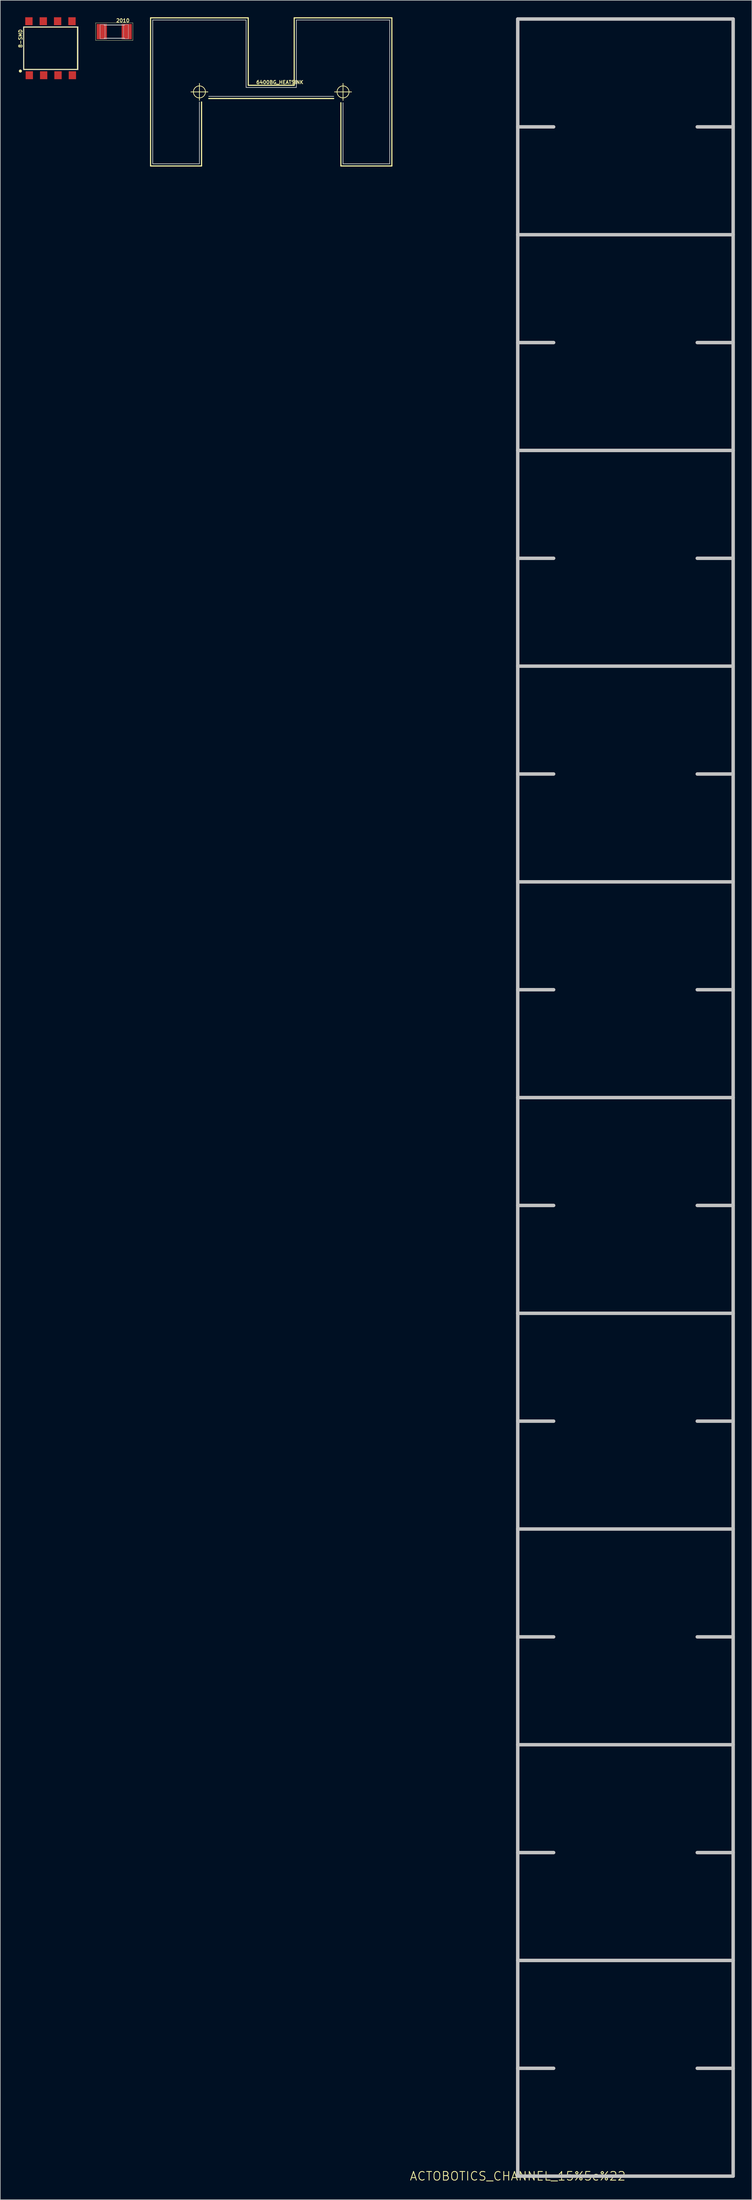
<source format=kicad_pcb>
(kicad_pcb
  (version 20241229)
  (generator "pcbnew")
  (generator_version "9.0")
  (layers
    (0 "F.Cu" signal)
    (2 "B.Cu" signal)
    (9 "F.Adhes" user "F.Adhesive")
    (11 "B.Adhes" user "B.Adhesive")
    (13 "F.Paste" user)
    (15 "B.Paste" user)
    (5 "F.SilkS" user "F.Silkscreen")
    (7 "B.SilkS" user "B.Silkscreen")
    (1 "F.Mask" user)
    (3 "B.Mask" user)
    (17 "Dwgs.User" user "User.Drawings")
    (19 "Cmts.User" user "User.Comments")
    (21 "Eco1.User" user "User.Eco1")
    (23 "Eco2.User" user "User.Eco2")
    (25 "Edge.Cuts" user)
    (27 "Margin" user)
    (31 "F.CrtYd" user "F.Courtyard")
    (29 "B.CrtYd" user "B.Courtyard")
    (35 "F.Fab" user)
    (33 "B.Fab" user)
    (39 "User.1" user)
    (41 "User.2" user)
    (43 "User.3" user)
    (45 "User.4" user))
  (footprint "ACTOBOTICS_CHANNEL_15%5c%22"
    (layer "F.Cu")
    (at 88.513 381.305)
    (property "Reference" "ACTOBOTICS_CHANNEL_15%5c%22" (at 0 0 0) (layer "F.SilkS") (effects (font (size 1.524 1.524) (thickness 0.15))))
    (attr exclude_from_pos_files exclude_from_bom)
    (fp_line (start 0 -381) (end 0 -342.9) (stroke (width 0.61) (type solid)) (layer "Dwgs.User"))
    (fp_line (start 0 -361.95) (end 6.35 -361.95) (stroke (width 0.61) (type solid)) (layer "Dwgs.User"))
    (fp_line (start 0 -342.9) (end 0 -304.8) (stroke (width 0.61) (type solid)) (layer "Dwgs.User"))
    (fp_line (start 0 -342.9) (end 38.1 -342.9) (stroke (width 0.61) (type solid)) (layer "Dwgs.User"))
    (fp_line (start 0 -323.85) (end 6.35 -323.85) (stroke (width 0.61) (type solid)) (layer "Dwgs.User"))
    (fp_line (start 0 -304.8) (end 0 -190.5) (stroke (width 0.61) (type solid)) (layer "Dwgs.User"))
    (fp_line (start 0 -304.8) (end 38.1 -304.8) (stroke (width 0.61) (type solid)) (layer "Dwgs.User"))
    (fp_line (start 0 -285.75) (end 6.35 -285.75) (stroke (width 0.61) (type solid)) (layer "Dwgs.User"))
    (fp_line (start 0 -266.7) (end 38.1 -266.7) (stroke (width 0.61) (type solid)) (layer "Dwgs.User"))
    (fp_line (start 0 -247.65) (end 6.35 -247.65) (stroke (width 0.61) (type solid)) (layer "Dwgs.User"))
    (fp_line (start 0 -228.6) (end 38.1 -228.6) (stroke (width 0.61) (type solid)) (layer "Dwgs.User"))
    (fp_line (start 0 -209.55) (end 6.35 -209.55) (stroke (width 0.61) (type solid)) (layer "Dwgs.User"))
    (fp_line (start 0 -190.5) (end 0 -152.4) (stroke (width 0.61) (type solid)) (layer "Dwgs.User"))
    (fp_line (start 0 -190.5) (end 38.1 -190.5) (stroke (width 0.61) (type solid)) (layer "Dwgs.User"))
    (fp_line (start 0 -171.45) (end 6.35 -171.45) (stroke (width 0.61) (type solid)) (layer "Dwgs.User"))
    (fp_line (start 0 -152.4) (end 0 -114.3) (stroke (width 0.61) (type solid)) (layer "Dwgs.User"))
    (fp_line (start 0 -152.4) (end 38.1 -152.4) (stroke (width 0.61) (type solid)) (layer "Dwgs.User"))
    (fp_line (start 0 -133.35) (end 6.35 -133.35) (stroke (width 0.61) (type solid)) (layer "Dwgs.User"))
    (fp_line (start 0 -114.3) (end 0 -76.2) (stroke (width 0.61) (type solid)) (layer "Dwgs.User"))
    (fp_line (start 0 -114.3) (end 38.1 -114.3) (stroke (width 0.61) (type solid)) (layer "Dwgs.User"))
    (fp_line (start 0 -95.25) (end 6.35 -95.25) (stroke (width 0.61) (type solid)) (layer "Dwgs.User"))
    (fp_line (start 0 -76.2) (end 0 -57.15) (stroke (width 0.61) (type solid)) (layer "Dwgs.User"))
    (fp_line (start 0 -76.2) (end 38.1 -76.2) (stroke (width 0.61) (type solid)) (layer "Dwgs.User"))
    (fp_line (start 0 -57.15) (end 0 -38.1) (stroke (width 0.61) (type solid)) (layer "Dwgs.User"))
    (fp_line (start 0 -57.15) (end 6.35 -57.15) (stroke (width 0.61) (type solid)) (layer "Dwgs.User"))
    (fp_line (start 0 -38.1) (end 0 -19.05) (stroke (width 0.61) (type solid)) (layer "Dwgs.User"))
    (fp_line (start 0 -38.1) (end 38.1 -38.1) (stroke (width 0.61) (type solid)) (layer "Dwgs.User"))
    (fp_line (start 0 -19.05) (end 0 0) (stroke (width 0.61) (type solid)) (layer "Dwgs.User"))
    (fp_line (start 0 -19.05) (end 6.35 -19.05) (stroke (width 0.61) (type solid)) (layer "Dwgs.User"))
    (fp_line (start 0 0) (end 38.1 0) (stroke (width 0.61) (type solid)) (layer "Dwgs.User"))
    (fp_line (start 38.1 -381) (end 0 -381) (stroke (width 0.61) (type solid)) (layer "Dwgs.User"))
    (fp_line (start 38.1 -361.95) (end 31.75 -361.95) (stroke (width 0.61) (type solid)) (layer "Dwgs.User"))
    (fp_line (start 38.1 -342.9) (end 38.1 -381) (stroke (width 0.61) (type solid)) (layer "Dwgs.User"))
    (fp_line (start 38.1 -323.85) (end 31.75 -323.85) (stroke (width 0.61) (type solid)) (layer "Dwgs.User"))
    (fp_line (start 38.1 -304.8) (end 38.1 -342.9) (stroke (width 0.61) (type solid)) (layer "Dwgs.User"))
    (fp_line (start 38.1 -285.75) (end 31.75 -285.75) (stroke (width 0.61) (type solid)) (layer "Dwgs.User"))
    (fp_line (start 38.1 -247.65) (end 31.75 -247.65) (stroke (width 0.61) (type solid)) (layer "Dwgs.User"))
    (fp_line (start 38.1 -209.55) (end 31.75 -209.55) (stroke (width 0.61) (type solid)) (layer "Dwgs.User"))
    (fp_line (start 38.1 -190.5) (end 38.1 -304.8) (stroke (width 0.61) (type solid)) (layer "Dwgs.User"))
    (fp_line (start 38.1 -171.45) (end 31.75 -171.45) (stroke (width 0.61) (type solid)) (layer "Dwgs.User"))
    (fp_line (start 38.1 -152.4) (end 38.1 -190.5) (stroke (width 0.61) (type solid)) (layer "Dwgs.User"))
    (fp_line (start 38.1 -133.35) (end 31.75 -133.35) (stroke (width 0.61) (type solid)) (layer "Dwgs.User"))
    (fp_line (start 38.1 -114.3) (end 38.1 -152.4) (stroke (width 0.61) (type solid)) (layer "Dwgs.User"))
    (fp_line (start 38.1 -95.25) (end 31.75 -95.25) (stroke (width 0.61) (type solid)) (layer "Dwgs.User"))
    (fp_line (start 38.1 -76.2) (end 38.1 -114.3) (stroke (width 0.61) (type solid)) (layer "Dwgs.User"))
    (fp_line (start 38.1 -57.15) (end 31.75 -57.15) (stroke (width 0.61) (type solid)) (layer "Dwgs.User"))
    (fp_line (start 38.1 -57.15) (end 38.1 -76.2) (stroke (width 0.61) (type solid)) (layer "Dwgs.User"))
    (fp_line (start 38.1 -38.1) (end 38.1 -57.15) (stroke (width 0.61) (type solid)) (layer "Dwgs.User"))
    (fp_line (start 38.1 -19.05) (end 31.75 -19.05) (stroke (width 0.61) (type solid)) (layer "Dwgs.User"))
    (fp_line (start 38.1 -19.05) (end 38.1 -38.1) (stroke (width 0.61) (type solid)) (layer "Dwgs.User"))
    (fp_line (start 38.1 0) (end 38.1 -19.05) (stroke (width 0.61) (type solid)) (layer "Dwgs.User")))
  (footprint "8-SMD"
    (layer "F.Cu")
    (at 6.091 5.279)
    (property "Reference" "8-SMD" (at -5.512 -1.524 90) (layer "F.SilkS") (effects (font (size 0.61 0.61) (thickness 0.127))))
    (attr smd)
    (fp_line (start -4.953 -3.556) (end 4.572 -3.556) (stroke (width 0.203) (type solid)) (layer "F.SilkS"))
    (fp_line (start -4.953 3.937) (end -4.953 -3.556) (stroke (width 0.203) (type solid)) (layer "F.SilkS"))
    (fp_line (start 4.572 -3.556) (end 4.572 3.937) (stroke (width 0.203) (type solid)) (layer "F.SilkS"))
    (fp_line (start 4.572 3.937) (end -4.953 3.937) (stroke (width 0.203) (type solid)) (layer "F.SilkS"))
    (fp_circle (center -5.537 4.219) (end -5.728 4.409) (stroke (width 0) (type solid)) (fill yes) (layer "F.SilkS"))
    (fp_line (start -4.999 -3.619) (end 4.679 -3.619) (stroke (width 0.099) (type solid)) (layer "Dwgs.User"))
    (fp_line (start -4.999 3.998) (end -4.999 -3.619) (stroke (width 0.099) (type solid)) (layer "Dwgs.User"))
    (fp_line (start -4.999 3.998) (end 4.689 3.998) (stroke (width 0.099) (type solid)) (layer "Dwgs.User"))
    (fp_line (start 4.679 -3.619) (end 4.679 3.978) (stroke (width 0.099) (type solid)) (layer "Dwgs.User"))
    (pad "1" smd rect (at -3.96 4.958) (size 1.298 1.4) (layers "F.Cu" "F.Mask" "F.Paste"))
    (pad "2" smd rect (at -1.42 4.958) (size 1.298 1.4) (layers "F.Cu" "F.Mask" "F.Paste"))
    (pad "3" smd rect (at 1.118 4.958) (size 1.298 1.4) (layers "F.Cu" "F.Mask" "F.Paste"))
    (pad "4" smd rect (at 3.658 4.958) (size 1.298 1.4) (layers "F.Cu" "F.Mask" "F.Paste"))
    (pad "5" smd rect (at 3.589 -4.58) (size 1.298 1.4) (layers "F.Cu" "F.Mask" "F.Paste"))
    (pad "6" smd rect (at 1.049 -4.58) (size 1.298 1.4) (layers "F.Cu" "F.Mask" "F.Paste"))
    (pad "7" smd rect (at -1.488 -4.58) (size 1.298 1.4) (layers "F.Cu" "F.Mask" "F.Paste"))
    (pad "8" smd rect (at -4.028 -4.58) (size 1.298 1.4) (layers "F.Cu" "F.Mask" "F.Paste")))
  (footprint "6400BG_HEATSINK"
    (layer "F.Cu")
    (at 44.917 13.183)
    (property "Reference" "6400BG_HEATSINK" (at 1.524 -1.702 0) (layer "F.SilkS") (effects (font (size 0.61 0.61) (thickness 0.127))))
    (attr exclude_from_pos_files exclude_from_bom)
    (fp_line (start -21.336 -13.081) (end -4.064 -13.081) (stroke (width 0.203) (type solid)) (layer "F.SilkS"))
    (fp_line (start -21.336 13.081) (end -21.336 -13.081) (stroke (width 0.203) (type solid)) (layer "F.SilkS"))
    (fp_line (start -14.199 0) (end -11.201 0) (stroke (width 0.127) (type solid)) (layer "F.SilkS"))
    (fp_line (start -12.7 1.499) (end -12.7 -1.499) (stroke (width 0.127) (type solid)) (layer "F.SilkS"))
    (fp_line (start -12.319 1.778) (end -12.319 13.081) (stroke (width 0.203) (type solid)) (layer "F.SilkS"))
    (fp_line (start -12.319 13.081) (end -21.336 13.081) (stroke (width 0.203) (type solid)) (layer "F.SilkS"))
    (fp_line (start -11.049 1.168) (end 11.049 1.168) (stroke (width 0.203) (type solid)) (layer "F.SilkS"))
    (fp_line (start -4.064 -13.081) (end -4.064 -1.168) (stroke (width 0.203) (type solid)) (layer "F.SilkS"))
    (fp_line (start -4.064 -1.168) (end 4.064 -1.168) (stroke (width 0.203) (type solid)) (layer "F.SilkS"))
    (fp_line (start 4.064 -13.081) (end 21.336 -13.081) (stroke (width 0.203) (type solid)) (layer "F.SilkS"))
    (fp_line (start 4.064 -1.168) (end 4.064 -13.081) (stroke (width 0.203) (type solid)) (layer "F.SilkS"))
    (fp_line (start 11.201 0) (end 14.199 0) (stroke (width 0.127) (type solid)) (layer "F.SilkS"))
    (fp_line (start 12.319 1.905) (end 12.319 13.081) (stroke (width 0.203) (type solid)) (layer "F.SilkS"))
    (fp_line (start 12.319 13.081) (end 21.336 13.081) (stroke (width 0.203) (type solid)) (layer "F.SilkS"))
    (fp_line (start 12.7 1.499) (end 12.7 -1.499) (stroke (width 0.127) (type solid)) (layer "F.SilkS"))
    (fp_line (start 21.336 13.081) (end 21.336 -13.081) (stroke (width 0.203) (type solid)) (layer "F.SilkS"))
    (fp_circle (center -12.7 0) (end -13.449 0.749) (stroke (width 0.127) (type solid)) (fill no) (layer "F.SilkS"))
    (fp_circle (center 12.7 0) (end 13.449 0.749) (stroke (width 0.127) (type solid)) (fill no) (layer "F.SilkS"))
    (fp_line (start -20.955 -12.7) (end -4.445 -12.7) (stroke (width 0.127) (type solid)) (layer "Dwgs.User"))
    (fp_line (start -20.955 12.7) (end -20.955 -12.7) (stroke (width 0.127) (type solid)) (layer "Dwgs.User"))
    (fp_line (start -12.7 1.778) (end -12.7 12.7) (stroke (width 0.127) (type solid)) (layer "Dwgs.User"))
    (fp_line (start -12.7 12.7) (end -20.955 12.7) (stroke (width 0.127) (type solid)) (layer "Dwgs.User"))
    (fp_line (start -11.049 0.787) (end 11.049 0.787) (stroke (width 0.127) (type solid)) (layer "Dwgs.User"))
    (fp_line (start -4.445 -12.7) (end -4.445 -0.787) (stroke (width 0.127) (type solid)) (layer "Dwgs.User"))
    (fp_line (start -4.445 -0.787) (end 4.445 -0.787) (stroke (width 0.127) (type solid)) (layer "Dwgs.User"))
    (fp_line (start 4.445 -12.7) (end 20.955 -12.7) (stroke (width 0.127) (type solid)) (layer "Dwgs.User"))
    (fp_line (start 4.445 -0.787) (end 4.445 -12.7) (stroke (width 0.127) (type solid)) (layer "Dwgs.User"))
    (fp_line (start 12.7 1.905) (end 12.7 12.7) (stroke (width 0.127) (type solid)) (layer "Dwgs.User"))
    (fp_line (start 12.7 12.7) (end 20.955 12.7) (stroke (width 0.127) (type solid)) (layer "Dwgs.User"))
    (fp_line (start 20.955 12.7) (end 20.955 -12.7) (stroke (width 0.127) (type solid)) (layer "Dwgs.User")))
  (footprint "2010"
    (layer "F.Cu")
    (at 17.155 2.535)
    (property "Reference" "2010" (at 1.524 -1.956 0) (layer "F.SilkS") (effects (font (size 0.61 0.61) (thickness 0.127))))
    (attr smd)
    (fp_line (start -3.299 -1.549) (end 3.299 -1.549) (stroke (width 0.051) (type solid)) (layer "F.SilkS"))
    (fp_line (start -3.299 1.549) (end -3.299 -1.549) (stroke (width 0.051) (type solid)) (layer "F.SilkS"))
    (fp_line (start 3.299 -1.549) (end 3.299 1.549) (stroke (width 0.051) (type solid)) (layer "F.SilkS"))
    (fp_line (start 3.299 1.549) (end -3.299 1.549) (stroke (width 0.051) (type solid)) (layer "F.SilkS"))
    (fp_line (start -2.499 -1.25) (end -1.638 -1.25) (stroke (width 0.066) (type solid)) (layer "Dwgs.User"))
    (fp_line (start -2.499 1.25) (end -2.499 -1.25) (stroke (width 0.066) (type solid)) (layer "Dwgs.User"))
    (fp_line (start -2.499 1.25) (end -1.638 1.25) (stroke (width 0.066) (type solid)) (layer "Dwgs.User"))
    (fp_line (start -1.788 -1.173) (end 1.788 -1.173) (stroke (width 0.152) (type solid)) (layer "Dwgs.User"))
    (fp_line (start -1.763 1.173) (end 1.814 1.173) (stroke (width 0.152) (type solid)) (layer "Dwgs.User"))
    (fp_line (start -1.638 1.25) (end -1.638 -1.25) (stroke (width 0.066) (type solid)) (layer "Dwgs.User"))
    (fp_line (start 1.651 -1.25) (end 2.499 -1.25) (stroke (width 0.066) (type solid)) (layer "Dwgs.User"))
    (fp_line (start 1.651 1.25) (end 1.651 -1.25) (stroke (width 0.066) (type solid)) (layer "Dwgs.User"))
    (fp_line (start 1.651 1.25) (end 2.499 1.25) (stroke (width 0.066) (type solid)) (layer "Dwgs.User"))
    (fp_line (start 2.499 1.25) (end 2.499 -1.25) (stroke (width 0.066) (type solid)) (layer "Dwgs.User"))
    (pad "1" smd rect (at -2.2 0) (size 1.798 2.697) (layers "F.Cu" "F.Mask" "F.Paste"))
    (pad "2" smd rect (at 2.2 0) (size 1.798 2.697) (layers "F.Cu" "F.Mask" "F.Paste")))
  (gr_rect
    (start -3 -3)
    (end 129.918 385.46)
    (stroke (width 0.1) (type default))
    (fill no)
    (layer "Edge.Cuts")))
</source>
